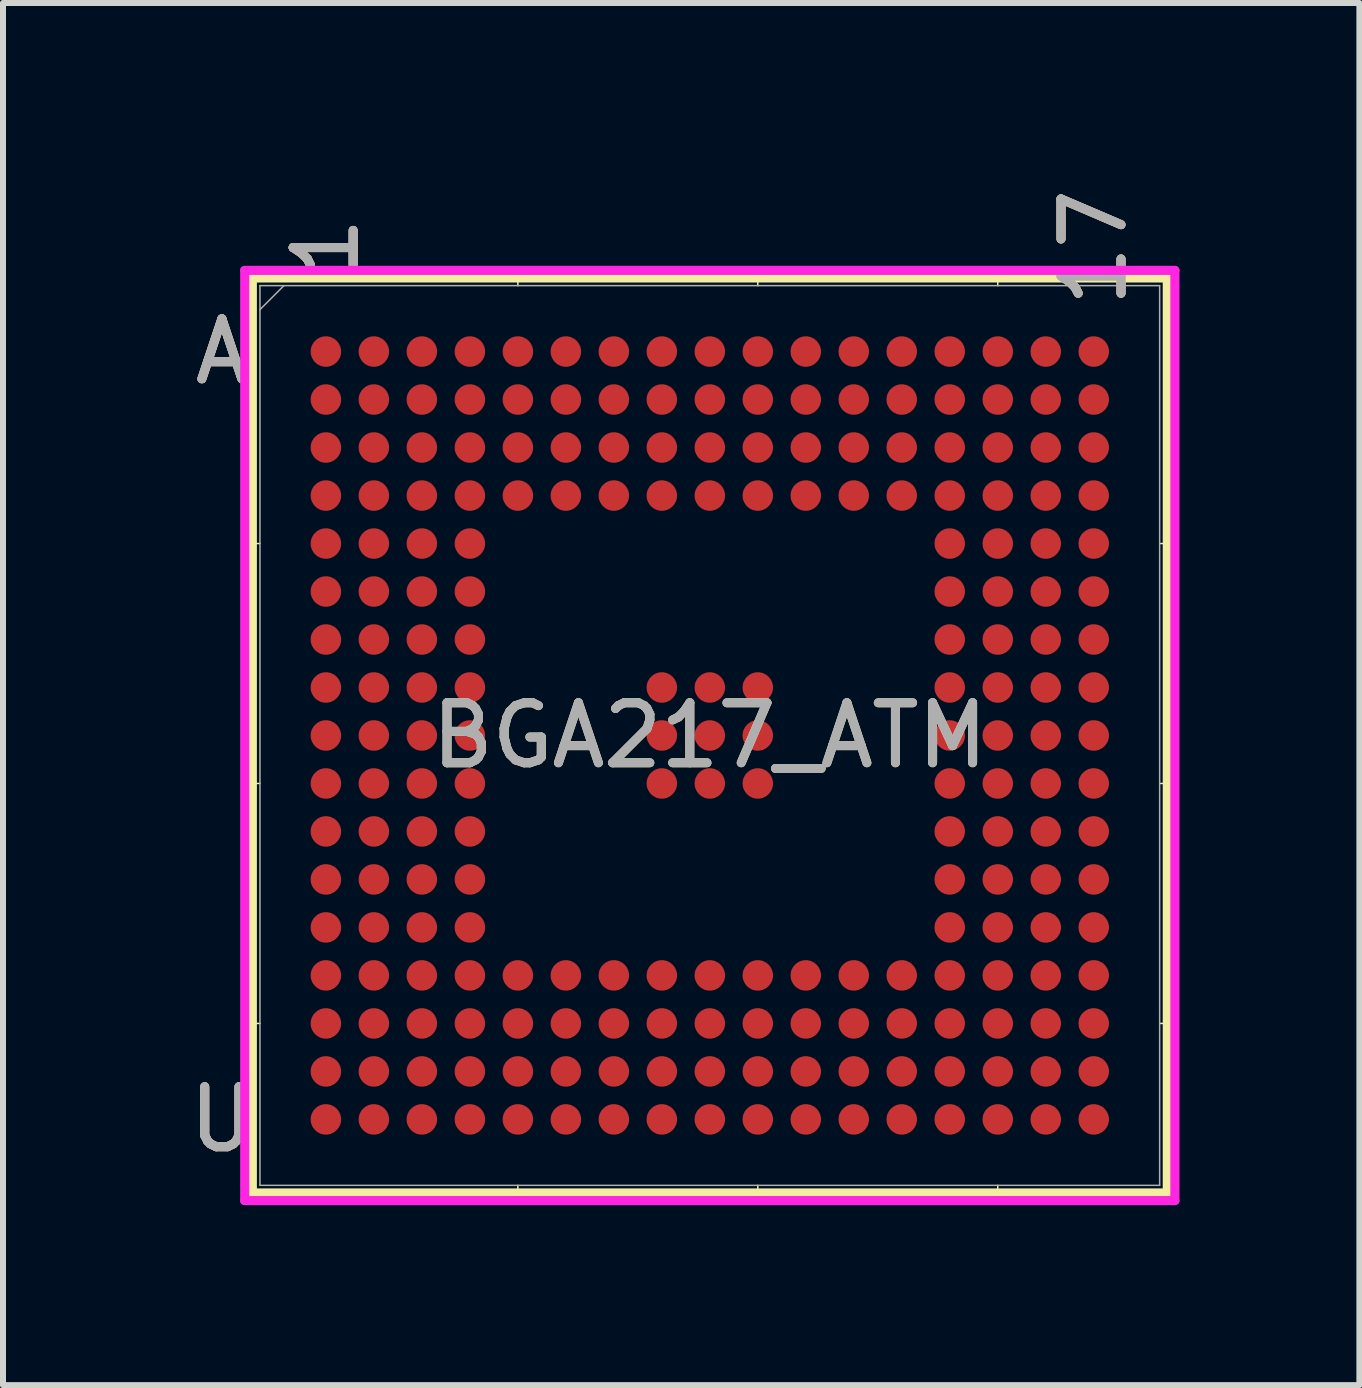
<source format=kicad_pcb>
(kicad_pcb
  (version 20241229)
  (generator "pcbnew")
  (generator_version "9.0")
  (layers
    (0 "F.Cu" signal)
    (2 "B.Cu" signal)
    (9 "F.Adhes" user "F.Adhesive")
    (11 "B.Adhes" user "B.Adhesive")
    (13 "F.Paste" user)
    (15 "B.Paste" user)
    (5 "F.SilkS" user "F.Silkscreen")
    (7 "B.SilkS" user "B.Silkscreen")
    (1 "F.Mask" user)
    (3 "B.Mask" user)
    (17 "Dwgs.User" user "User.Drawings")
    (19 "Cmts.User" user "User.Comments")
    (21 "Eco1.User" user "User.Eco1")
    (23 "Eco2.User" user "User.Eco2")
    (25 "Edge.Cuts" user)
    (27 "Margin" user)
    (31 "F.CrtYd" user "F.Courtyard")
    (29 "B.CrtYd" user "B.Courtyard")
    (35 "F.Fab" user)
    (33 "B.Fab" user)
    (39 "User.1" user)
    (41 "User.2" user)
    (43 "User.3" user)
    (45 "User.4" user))
  (footprint "BGA217_ATM"
    (layer "F.Cu")
    (at 8.784 9.212)
    (property "Reference" "BGA217_ATM" (at 0 0 0) (unlocked yes) (layer "F.SilkS") (effects (font (size 1 1) (thickness 0.15))))
    (attr smd)
    (fp_line (start -7.627 -7.627) (end -7.627 7.627) (stroke (width 0.152) (type solid)) (layer "F.SilkS"))
    (fp_line (start -7.627 7.627) (end 7.627 7.627) (stroke (width 0.152) (type solid)) (layer "F.SilkS"))
    (fp_line (start -7.5 -3.2) (end -7.754 -3.2) (stroke (width 0.025) (type solid)) (layer "F.SilkS"))
    (fp_line (start -7.5 0.8) (end -7.754 0.8) (stroke (width 0.025) (type solid)) (layer "F.SilkS"))
    (fp_line (start -7.5 4.801) (end -7.754 4.801) (stroke (width 0.025) (type solid)) (layer "F.SilkS"))
    (fp_line (start -3.2 -7.5) (end -3.2 -7.754) (stroke (width 0.025) (type solid)) (layer "F.SilkS"))
    (fp_line (start -3.2 7.5) (end -3.2 7.754) (stroke (width 0.025) (type solid)) (layer "F.SilkS"))
    (fp_line (start 0.8 -7.5) (end 0.8 -7.754) (stroke (width 0.025) (type solid)) (layer "F.SilkS"))
    (fp_line (start 0.8 7.5) (end 0.8 7.754) (stroke (width 0.025) (type solid)) (layer "F.SilkS"))
    (fp_line (start 4.801 -7.5) (end 4.801 -7.754) (stroke (width 0.025) (type solid)) (layer "F.SilkS"))
    (fp_line (start 4.801 7.5) (end 4.801 7.754) (stroke (width 0.025) (type solid)) (layer "F.SilkS"))
    (fp_line (start 7.5 -3.2) (end 7.754 -3.2) (stroke (width 0.025) (type solid)) (layer "F.SilkS"))
    (fp_line (start 7.5 0.8) (end 7.754 0.8) (stroke (width 0.025) (type solid)) (layer "F.SilkS"))
    (fp_line (start 7.5 4.801) (end 7.754 4.801) (stroke (width 0.025) (type solid)) (layer "F.SilkS"))
    (fp_line (start 7.627 -7.627) (end -7.627 -7.627) (stroke (width 0.152) (type solid)) (layer "F.SilkS"))
    (fp_line (start 7.627 7.627) (end 7.627 -7.627) (stroke (width 0.152) (type solid)) (layer "F.SilkS"))
    (fp_poly (pts (xy -7.245 -7.245) (xy 7.245 -7.245) (xy 7.245 7.245) (xy -7.245 7.245)) (stroke (width 0.1) (type solid)) (fill no) (layer "Eco2.User"))
    (fp_line (start -7.754 -7.754) (end 7.754 -7.754) (stroke (width 0.152) (type solid)) (layer "F.CrtYd"))
    (fp_line (start -7.754 7.754) (end -7.754 -7.754) (stroke (width 0.152) (type solid)) (layer "F.CrtYd"))
    (fp_line (start 7.754 -7.754) (end 7.754 7.754) (stroke (width 0.152) (type solid)) (layer "F.CrtYd"))
    (fp_line (start 7.754 7.754) (end -7.754 7.754) (stroke (width 0.152) (type solid)) (layer "F.CrtYd"))
    (fp_line (start -7.5 -7.5) (end -7.5 7.5) (stroke (width 0.025) (type solid)) (layer "F.Fab"))
    (fp_line (start -7.5 7.5) (end 7.5 7.5) (stroke (width 0.025) (type solid)) (layer "F.Fab"))
    (fp_line (start -7.1 -7.5) (end -7.5 -7.1) (stroke (width 0.025) (type solid)) (layer "F.Fab"))
    (fp_line (start 7.5 -7.5) (end -7.5 -7.5) (stroke (width 0.025) (type solid)) (layer "F.Fab"))
    (fp_line (start 7.5 7.5) (end 7.5 -7.5) (stroke (width 0.025) (type solid)) (layer "F.Fab"))
    (fp_text user "U" (at -8.135 6.401 0) (unlocked yes) (layer "F.SilkS") (effects (font (size 1 1) (thickness 0.15))))
    (fp_text user "A" (at -8.135 -6.401 0) (unlocked yes) (layer "F.SilkS") (effects (font (size 1 1) (thickness 0.15))))
    (fp_text user "1" (at -6.401 -8.135 90) (unlocked yes) (layer "F.SilkS") (effects (font (size 1 1) (thickness 0.15))))
    (fp_text user "17" (at 6.401 -8.135 90) (unlocked yes) (layer "F.SilkS") (effects (font (size 1 1) (thickness 0.15))))
    (fp_text user "1" (at -6.401 -8.135 90) (unlocked yes) (layer "B.SilkS") (effects (font (size 1 1) (thickness 0.15))))
    (fp_text user "U" (at -8.135 6.401 0) (unlocked yes) (layer "B.SilkS") (effects (font (size 1 1) (thickness 0.15))))
    (fp_text user "17" (at 6.401 -8.135 90) (unlocked yes) (layer "B.SilkS") (effects (font (size 1 1) (thickness 0.15))))
    (fp_text user "A" (at -8.135 -6.401 0) (unlocked yes) (layer "B.SilkS") (effects (font (size 1 1) (thickness 0.15))))
    (fp_text user "${REFERENCE}" (at 0 0 0) (unlocked yes) (layer "F.Fab") (effects (font (size 1 1) (thickness 0.15))))
    (fp_text user "U" (at -8.135 6.401 0) (unlocked yes) (layer "F.Fab") (effects (font (size 1 1) (thickness 0.15))))
    (fp_text user "1" (at -6.401 -8.135 90) (unlocked yes) (layer "F.Fab") (effects (font (size 1 1) (thickness 0.15))))
    (fp_text user "A" (at -8.135 -6.401 0) (unlocked yes) (layer "F.Fab") (effects (font (size 1 1) (thickness 0.15))))
    (fp_text user "17" (at 6.401 -8.135 90) (unlocked yes) (layer "F.Fab") (effects (font (size 1 1) (thickness 0.15))))
    (pad "A1" smd circle (at -6.401 -6.401) (size 0.508 0.508) (layers "F.Cu" "F.Mask" "F.Paste"))
    (pad "A2" smd circle (at -5.601 -6.401) (size 0.508 0.508) (layers "F.Cu" "F.Mask" "F.Paste"))
    (pad "A3" smd circle (at -4.801 -6.401) (size 0.508 0.508) (layers "F.Cu" "F.Mask" "F.Paste"))
    (pad "A4" smd circle (at -4 -6.401) (size 0.508 0.508) (layers "F.Cu" "F.Mask" "F.Paste"))
    (pad "A5" smd circle (at -3.2 -6.401) (size 0.508 0.508) (layers "F.Cu" "F.Mask" "F.Paste"))
    (pad "A6" smd circle (at -2.4 -6.401) (size 0.508 0.508) (layers "F.Cu" "F.Mask" "F.Paste"))
    (pad "A7" smd circle (at -1.6 -6.401) (size 0.508 0.508) (layers "F.Cu" "F.Mask" "F.Paste"))
    (pad "A8" smd circle (at -0.8 -6.401) (size 0.508 0.508) (layers "F.Cu" "F.Mask" "F.Paste"))
    (pad "A9" smd circle (at 0 -6.401) (size 0.508 0.508) (layers "F.Cu" "F.Mask" "F.Paste"))
    (pad "A10" smd circle (at 0.8 -6.401) (size 0.508 0.508) (layers "F.Cu" "F.Mask" "F.Paste"))
    (pad "A11" smd circle (at 1.6 -6.401) (size 0.508 0.508) (layers "F.Cu" "F.Mask" "F.Paste"))
    (pad "A12" smd circle (at 2.4 -6.401) (size 0.508 0.508) (layers "F.Cu" "F.Mask" "F.Paste"))
    (pad "A13" smd circle (at 3.2 -6.401) (size 0.508 0.508) (layers "F.Cu" "F.Mask" "F.Paste"))
    (pad "A14" smd circle (at 4 -6.401) (size 0.508 0.508) (layers "F.Cu" "F.Mask" "F.Paste"))
    (pad "A15" smd circle (at 4.801 -6.401) (size 0.508 0.508) (layers "F.Cu" "F.Mask" "F.Paste"))
    (pad "A16" smd circle (at 5.601 -6.401) (size 0.508 0.508) (layers "F.Cu" "F.Mask" "F.Paste"))
    (pad "A17" smd circle (at 6.401 -6.401) (size 0.508 0.508) (layers "F.Cu" "F.Mask" "F.Paste"))
    (pad "B1" smd circle (at -6.401 -5.601) (size 0.508 0.508) (layers "F.Cu" "F.Mask" "F.Paste"))
    (pad "B2" smd circle (at -5.601 -5.601) (size 0.508 0.508) (layers "F.Cu" "F.Mask" "F.Paste"))
    (pad "B3" smd circle (at -4.801 -5.601) (size 0.508 0.508) (layers "F.Cu" "F.Mask" "F.Paste"))
    (pad "B4" smd circle (at -4 -5.601) (size 0.508 0.508) (layers "F.Cu" "F.Mask" "F.Paste"))
    (pad "B5" smd circle (at -3.2 -5.601) (size 0.508 0.508) (layers "F.Cu" "F.Mask" "F.Paste"))
    (pad "B6" smd circle (at -2.4 -5.601) (size 0.508 0.508) (layers "F.Cu" "F.Mask" "F.Paste"))
    (pad "B7" smd circle (at -1.6 -5.601) (size 0.508 0.508) (layers "F.Cu" "F.Mask" "F.Paste"))
    (pad "B8" smd circle (at -0.8 -5.601) (size 0.508 0.508) (layers "F.Cu" "F.Mask" "F.Paste"))
    (pad "B9" smd circle (at 0 -5.601) (size 0.508 0.508) (layers "F.Cu" "F.Mask" "F.Paste"))
    (pad "B10" smd circle (at 0.8 -5.601) (size 0.508 0.508) (layers "F.Cu" "F.Mask" "F.Paste"))
    (pad "B11" smd circle (at 1.6 -5.601) (size 0.508 0.508) (layers "F.Cu" "F.Mask" "F.Paste"))
    (pad "B12" smd circle (at 2.4 -5.601) (size 0.508 0.508) (layers "F.Cu" "F.Mask" "F.Paste"))
    (pad "B13" smd circle (at 3.2 -5.601) (size 0.508 0.508) (layers "F.Cu" "F.Mask" "F.Paste"))
    (pad "B14" smd circle (at 4 -5.601) (size 0.508 0.508) (layers "F.Cu" "F.Mask" "F.Paste"))
    (pad "B15" smd circle (at 4.801 -5.601) (size 0.508 0.508) (layers "F.Cu" "F.Mask" "F.Paste"))
    (pad "B16" smd circle (at 5.601 -5.601) (size 0.508 0.508) (layers "F.Cu" "F.Mask" "F.Paste"))
    (pad "B17" smd circle (at 6.401 -5.601) (size 0.508 0.508) (layers "F.Cu" "F.Mask" "F.Paste"))
    (pad "C1" smd circle (at -6.401 -4.801) (size 0.508 0.508) (layers "F.Cu" "F.Mask" "F.Paste"))
    (pad "C2" smd circle (at -5.601 -4.801) (size 0.508 0.508) (layers "F.Cu" "F.Mask" "F.Paste"))
    (pad "C3" smd circle (at -4.801 -4.801) (size 0.508 0.508) (layers "F.Cu" "F.Mask" "F.Paste"))
    (pad "C4" smd circle (at -4 -4.801) (size 0.508 0.508) (layers "F.Cu" "F.Mask" "F.Paste"))
    (pad "C5" smd circle (at -3.2 -4.801) (size 0.508 0.508) (layers "F.Cu" "F.Mask" "F.Paste"))
    (pad "C6" smd circle (at -2.4 -4.801) (size 0.508 0.508) (layers "F.Cu" "F.Mask" "F.Paste"))
    (pad "C7" smd circle (at -1.6 -4.801) (size 0.508 0.508) (layers "F.Cu" "F.Mask" "F.Paste"))
    (pad "C8" smd circle (at -0.8 -4.801) (size 0.508 0.508) (layers "F.Cu" "F.Mask" "F.Paste"))
    (pad "C9" smd circle (at 0 -4.801) (size 0.508 0.508) (layers "F.Cu" "F.Mask" "F.Paste"))
    (pad "C10" smd circle (at 0.8 -4.801) (size 0.508 0.508) (layers "F.Cu" "F.Mask" "F.Paste"))
    (pad "C11" smd circle (at 1.6 -4.801) (size 0.508 0.508) (layers "F.Cu" "F.Mask" "F.Paste"))
    (pad "C12" smd circle (at 2.4 -4.801) (size 0.508 0.508) (layers "F.Cu" "F.Mask" "F.Paste"))
    (pad "C13" smd circle (at 3.2 -4.801) (size 0.508 0.508) (layers "F.Cu" "F.Mask" "F.Paste"))
    (pad "C14" smd circle (at 4 -4.801) (size 0.508 0.508) (layers "F.Cu" "F.Mask" "F.Paste"))
    (pad "C15" smd circle (at 4.801 -4.801) (size 0.508 0.508) (layers "F.Cu" "F.Mask" "F.Paste"))
    (pad "C16" smd circle (at 5.601 -4.801) (size 0.508 0.508) (layers "F.Cu" "F.Mask" "F.Paste"))
    (pad "C17" smd circle (at 6.401 -4.801) (size 0.508 0.508) (layers "F.Cu" "F.Mask" "F.Paste"))
    (pad "D1" smd circle (at -6.401 -4) (size 0.508 0.508) (layers "F.Cu" "F.Mask" "F.Paste"))
    (pad "D2" smd circle (at -5.601 -4) (size 0.508 0.508) (layers "F.Cu" "F.Mask" "F.Paste"))
    (pad "D3" smd circle (at -4.801 -4) (size 0.508 0.508) (layers "F.Cu" "F.Mask" "F.Paste"))
    (pad "D4" smd circle (at -4 -4) (size 0.508 0.508) (layers "F.Cu" "F.Mask" "F.Paste"))
    (pad "D5" smd circle (at -3.2 -4) (size 0.508 0.508) (layers "F.Cu" "F.Mask" "F.Paste"))
    (pad "D6" smd circle (at -2.4 -4) (size 0.508 0.508) (layers "F.Cu" "F.Mask" "F.Paste"))
    (pad "D7" smd circle (at -1.6 -4) (size 0.508 0.508) (layers "F.Cu" "F.Mask" "F.Paste"))
    (pad "D8" smd circle (at -0.8 -4) (size 0.508 0.508) (layers "F.Cu" "F.Mask" "F.Paste"))
    (pad "D9" smd circle (at 0 -4) (size 0.508 0.508) (layers "F.Cu" "F.Mask" "F.Paste"))
    (pad "D10" smd circle (at 0.8 -4) (size 0.508 0.508) (layers "F.Cu" "F.Mask" "F.Paste"))
    (pad "D11" smd circle (at 1.6 -4) (size 0.508 0.508) (layers "F.Cu" "F.Mask" "F.Paste"))
    (pad "D12" smd circle (at 2.4 -4) (size 0.508 0.508) (layers "F.Cu" "F.Mask" "F.Paste"))
    (pad "D13" smd circle (at 3.2 -4) (size 0.508 0.508) (layers "F.Cu" "F.Mask" "F.Paste"))
    (pad "D14" smd circle (at 4 -4) (size 0.508 0.508) (layers "F.Cu" "F.Mask" "F.Paste"))
    (pad "D15" smd circle (at 4.801 -4) (size 0.508 0.508) (layers "F.Cu" "F.Mask" "F.Paste"))
    (pad "D16" smd circle (at 5.601 -4) (size 0.508 0.508) (layers "F.Cu" "F.Mask" "F.Paste"))
    (pad "D17" smd circle (at 6.401 -4) (size 0.508 0.508) (layers "F.Cu" "F.Mask" "F.Paste"))
    (pad "E1" smd circle (at -6.401 -3.2) (size 0.508 0.508) (layers "F.Cu" "F.Mask" "F.Paste"))
    (pad "E2" smd circle (at -5.601 -3.2) (size 0.508 0.508) (layers "F.Cu" "F.Mask" "F.Paste"))
    (pad "E3" smd circle (at -4.801 -3.2) (size 0.508 0.508) (layers "F.Cu" "F.Mask" "F.Paste"))
    (pad "E4" smd circle (at -4 -3.2) (size 0.508 0.508) (layers "F.Cu" "F.Mask" "F.Paste"))
    (pad "E14" smd circle (at 4 -3.2) (size 0.508 0.508) (layers "F.Cu" "F.Mask" "F.Paste"))
    (pad "E15" smd circle (at 4.801 -3.2) (size 0.508 0.508) (layers "F.Cu" "F.Mask" "F.Paste"))
    (pad "E16" smd circle (at 5.601 -3.2) (size 0.508 0.508) (layers "F.Cu" "F.Mask" "F.Paste"))
    (pad "E17" smd circle (at 6.401 -3.2) (size 0.508 0.508) (layers "F.Cu" "F.Mask" "F.Paste"))
    (pad "F1" smd circle (at -6.401 -2.4) (size 0.508 0.508) (layers "F.Cu" "F.Mask" "F.Paste"))
    (pad "F2" smd circle (at -5.601 -2.4) (size 0.508 0.508) (layers "F.Cu" "F.Mask" "F.Paste"))
    (pad "F3" smd circle (at -4.801 -2.4) (size 0.508 0.508) (layers "F.Cu" "F.Mask" "F.Paste"))
    (pad "F4" smd circle (at -4 -2.4) (size 0.508 0.508) (layers "F.Cu" "F.Mask" "F.Paste"))
    (pad "F14" smd circle (at 4 -2.4) (size 0.508 0.508) (layers "F.Cu" "F.Mask" "F.Paste"))
    (pad "F15" smd circle (at 4.801 -2.4) (size 0.508 0.508) (layers "F.Cu" "F.Mask" "F.Paste"))
    (pad "F16" smd circle (at 5.601 -2.4) (size 0.508 0.508) (layers "F.Cu" "F.Mask" "F.Paste"))
    (pad "F17" smd circle (at 6.401 -2.4) (size 0.508 0.508) (layers "F.Cu" "F.Mask" "F.Paste"))
    (pad "G1" smd circle (at -6.401 -1.6) (size 0.508 0.508) (layers "F.Cu" "F.Mask" "F.Paste"))
    (pad "G2" smd circle (at -5.601 -1.6) (size 0.508 0.508) (layers "F.Cu" "F.Mask" "F.Paste"))
    (pad "G3" smd circle (at -4.801 -1.6) (size 0.508 0.508) (layers "F.Cu" "F.Mask" "F.Paste"))
    (pad "G4" smd circle (at -4 -1.6) (size 0.508 0.508) (layers "F.Cu" "F.Mask" "F.Paste"))
    (pad "G14" smd circle (at 4 -1.6) (size 0.508 0.508) (layers "F.Cu" "F.Mask" "F.Paste"))
    (pad "G15" smd circle (at 4.801 -1.6) (size 0.508 0.508) (layers "F.Cu" "F.Mask" "F.Paste"))
    (pad "G16" smd circle (at 5.601 -1.6) (size 0.508 0.508) (layers "F.Cu" "F.Mask" "F.Paste"))
    (pad "G17" smd circle (at 6.401 -1.6) (size 0.508 0.508) (layers "F.Cu" "F.Mask" "F.Paste"))
    (pad "H1" smd circle (at -6.401 -0.8) (size 0.508 0.508) (layers "F.Cu" "F.Mask" "F.Paste"))
    (pad "H2" smd circle (at -5.601 -0.8) (size 0.508 0.508) (layers "F.Cu" "F.Mask" "F.Paste"))
    (pad "H3" smd circle (at -4.801 -0.8) (size 0.508 0.508) (layers "F.Cu" "F.Mask" "F.Paste"))
    (pad "H4" smd circle (at -4 -0.8) (size 0.508 0.508) (layers "F.Cu" "F.Mask" "F.Paste"))
    (pad "H8" smd circle (at -0.8 -0.8) (size 0.508 0.508) (layers "F.Cu" "F.Mask" "F.Paste"))
    (pad "H9" smd circle (at 0 -0.8) (size 0.508 0.508) (layers "F.Cu" "F.Mask" "F.Paste"))
    (pad "H10" smd circle (at 0.8 -0.8) (size 0.508 0.508) (layers "F.Cu" "F.Mask" "F.Paste"))
    (pad "H14" smd circle (at 4 -0.8) (size 0.508 0.508) (layers "F.Cu" "F.Mask" "F.Paste"))
    (pad "H15" smd circle (at 4.801 -0.8) (size 0.508 0.508) (layers "F.Cu" "F.Mask" "F.Paste"))
    (pad "H16" smd circle (at 5.601 -0.8) (size 0.508 0.508) (layers "F.Cu" "F.Mask" "F.Paste"))
    (pad "H17" smd circle (at 6.401 -0.8) (size 0.508 0.508) (layers "F.Cu" "F.Mask" "F.Paste"))
    (pad "J1" smd circle (at -6.401 0) (size 0.508 0.508) (layers "F.Cu" "F.Mask" "F.Paste"))
    (pad "J2" smd circle (at -5.601 0) (size 0.508 0.508) (layers "F.Cu" "F.Mask" "F.Paste"))
    (pad "J3" smd circle (at -4.801 0) (size 0.508 0.508) (layers "F.Cu" "F.Mask" "F.Paste"))
    (pad "J4" smd circle (at -4 0) (size 0.508 0.508) (layers "F.Cu" "F.Mask" "F.Paste"))
    (pad "J8" smd circle (at -0.8 0) (size 0.508 0.508) (layers "F.Cu" "F.Mask" "F.Paste"))
    (pad "J9" smd circle (at 0 0) (size 0.508 0.508) (layers "F.Cu" "F.Mask" "F.Paste"))
    (pad "J10" smd circle (at 0.8 0) (size 0.508 0.508) (layers "F.Cu" "F.Mask" "F.Paste"))
    (pad "J14" smd circle (at 4 0) (size 0.508 0.508) (layers "F.Cu" "F.Mask" "F.Paste"))
    (pad "J15" smd circle (at 4.801 0) (size 0.508 0.508) (layers "F.Cu" "F.Mask" "F.Paste"))
    (pad "J16" smd circle (at 5.601 0) (size 0.508 0.508) (layers "F.Cu" "F.Mask" "F.Paste"))
    (pad "J17" smd circle (at 6.401 0) (size 0.508 0.508) (layers "F.Cu" "F.Mask" "F.Paste"))
    (pad "K1" smd circle (at -6.401 0.8) (size 0.508 0.508) (layers "F.Cu" "F.Mask" "F.Paste"))
    (pad "K2" smd circle (at -5.601 0.8) (size 0.508 0.508) (layers "F.Cu" "F.Mask" "F.Paste"))
    (pad "K3" smd circle (at -4.801 0.8) (size 0.508 0.508) (layers "F.Cu" "F.Mask" "F.Paste"))
    (pad "K4" smd circle (at -4 0.8) (size 0.508 0.508) (layers "F.Cu" "F.Mask" "F.Paste"))
    (pad "K8" smd circle (at -0.8 0.8) (size 0.508 0.508) (layers "F.Cu" "F.Mask" "F.Paste"))
    (pad "K9" smd circle (at 0 0.8) (size 0.508 0.508) (layers "F.Cu" "F.Mask" "F.Paste"))
    (pad "K10" smd circle (at 0.8 0.8) (size 0.508 0.508) (layers "F.Cu" "F.Mask" "F.Paste"))
    (pad "K14" smd circle (at 4 0.8) (size 0.508 0.508) (layers "F.Cu" "F.Mask" "F.Paste"))
    (pad "K15" smd circle (at 4.801 0.8) (size 0.508 0.508) (layers "F.Cu" "F.Mask" "F.Paste"))
    (pad "K16" smd circle (at 5.601 0.8) (size 0.508 0.508) (layers "F.Cu" "F.Mask" "F.Paste"))
    (pad "K17" smd circle (at 6.401 0.8) (size 0.508 0.508) (layers "F.Cu" "F.Mask" "F.Paste"))
    (pad "L1" smd circle (at -6.401 1.6) (size 0.508 0.508) (layers "F.Cu" "F.Mask" "F.Paste"))
    (pad "L2" smd circle (at -5.601 1.6) (size 0.508 0.508) (layers "F.Cu" "F.Mask" "F.Paste"))
    (pad "L3" smd circle (at -4.801 1.6) (size 0.508 0.508) (layers "F.Cu" "F.Mask" "F.Paste"))
    (pad "L4" smd circle (at -4 1.6) (size 0.508 0.508) (layers "F.Cu" "F.Mask" "F.Paste"))
    (pad "L14" smd circle (at 4 1.6) (size 0.508 0.508) (layers "F.Cu" "F.Mask" "F.Paste"))
    (pad "L15" smd circle (at 4.801 1.6) (size 0.508 0.508) (layers "F.Cu" "F.Mask" "F.Paste"))
    (pad "L16" smd circle (at 5.601 1.6) (size 0.508 0.508) (layers "F.Cu" "F.Mask" "F.Paste"))
    (pad "L17" smd circle (at 6.401 1.6) (size 0.508 0.508) (layers "F.Cu" "F.Mask" "F.Paste"))
    (pad "M1" smd circle (at -6.401 2.4) (size 0.508 0.508) (layers "F.Cu" "F.Mask" "F.Paste"))
    (pad "M2" smd circle (at -5.601 2.4) (size 0.508 0.508) (layers "F.Cu" "F.Mask" "F.Paste"))
    (pad "M3" smd circle (at -4.801 2.4) (size 0.508 0.508) (layers "F.Cu" "F.Mask" "F.Paste"))
    (pad "M4" smd circle (at -4 2.4) (size 0.508 0.508) (layers "F.Cu" "F.Mask" "F.Paste"))
    (pad "M14" smd circle (at 4 2.4) (size 0.508 0.508) (layers "F.Cu" "F.Mask" "F.Paste"))
    (pad "M15" smd circle (at 4.801 2.4) (size 0.508 0.508) (layers "F.Cu" "F.Mask" "F.Paste"))
    (pad "M16" smd circle (at 5.601 2.4) (size 0.508 0.508) (layers "F.Cu" "F.Mask" "F.Paste"))
    (pad "M17" smd circle (at 6.401 2.4) (size 0.508 0.508) (layers "F.Cu" "F.Mask" "F.Paste"))
    (pad "N1" smd circle (at -6.401 3.2) (size 0.508 0.508) (layers "F.Cu" "F.Mask" "F.Paste"))
    (pad "N2" smd circle (at -5.601 3.2) (size 0.508 0.508) (layers "F.Cu" "F.Mask" "F.Paste"))
    (pad "N3" smd circle (at -4.801 3.2) (size 0.508 0.508) (layers "F.Cu" "F.Mask" "F.Paste"))
    (pad "N4" smd circle (at -4 3.2) (size 0.508 0.508) (layers "F.Cu" "F.Mask" "F.Paste"))
    (pad "N14" smd circle (at 4 3.2) (size 0.508 0.508) (layers "F.Cu" "F.Mask" "F.Paste"))
    (pad "N15" smd circle (at 4.801 3.2) (size 0.508 0.508) (layers "F.Cu" "F.Mask" "F.Paste"))
    (pad "N16" smd circle (at 5.601 3.2) (size 0.508 0.508) (layers "F.Cu" "F.Mask" "F.Paste"))
    (pad "N17" smd circle (at 6.401 3.2) (size 0.508 0.508) (layers "F.Cu" "F.Mask" "F.Paste"))
    (pad "P1" smd circle (at -6.401 4) (size 0.508 0.508) (layers "F.Cu" "F.Mask" "F.Paste"))
    (pad "P2" smd circle (at -5.601 4) (size 0.508 0.508) (layers "F.Cu" "F.Mask" "F.Paste"))
    (pad "P3" smd circle (at -4.801 4) (size 0.508 0.508) (layers "F.Cu" "F.Mask" "F.Paste"))
    (pad "P4" smd circle (at -4 4) (size 0.508 0.508) (layers "F.Cu" "F.Mask" "F.Paste"))
    (pad "P5" smd circle (at -3.2 4) (size 0.508 0.508) (layers "F.Cu" "F.Mask" "F.Paste"))
    (pad "P6" smd circle (at -2.4 4) (size 0.508 0.508) (layers "F.Cu" "F.Mask" "F.Paste"))
    (pad "P7" smd circle (at -1.6 4) (size 0.508 0.508) (layers "F.Cu" "F.Mask" "F.Paste"))
    (pad "P8" smd circle (at -0.8 4) (size 0.508 0.508) (layers "F.Cu" "F.Mask" "F.Paste"))
    (pad "P9" smd circle (at 0 4) (size 0.508 0.508) (layers "F.Cu" "F.Mask" "F.Paste"))
    (pad "P10" smd circle (at 0.8 4) (size 0.508 0.508) (layers "F.Cu" "F.Mask" "F.Paste"))
    (pad "P11" smd circle (at 1.6 4) (size 0.508 0.508) (layers "F.Cu" "F.Mask" "F.Paste"))
    (pad "P12" smd circle (at 2.4 4) (size 0.508 0.508) (layers "F.Cu" "F.Mask" "F.Paste"))
    (pad "P13" smd circle (at 3.2 4) (size 0.508 0.508) (layers "F.Cu" "F.Mask" "F.Paste"))
    (pad "P14" smd circle (at 4 4) (size 0.508 0.508) (layers "F.Cu" "F.Mask" "F.Paste"))
    (pad "P15" smd circle (at 4.801 4) (size 0.508 0.508) (layers "F.Cu" "F.Mask" "F.Paste"))
    (pad "P16" smd circle (at 5.601 4) (size 0.508 0.508) (layers "F.Cu" "F.Mask" "F.Paste"))
    (pad "P17" smd circle (at 6.401 4) (size 0.508 0.508) (layers "F.Cu" "F.Mask" "F.Paste"))
    (pad "R1" smd circle (at -6.401 4.801) (size 0.508 0.508) (layers "F.Cu" "F.Mask" "F.Paste"))
    (pad "R2" smd circle (at -5.601 4.801) (size 0.508 0.508) (layers "F.Cu" "F.Mask" "F.Paste"))
    (pad "R3" smd circle (at -4.801 4.801) (size 0.508 0.508) (layers "F.Cu" "F.Mask" "F.Paste"))
    (pad "R4" smd circle (at -4 4.801) (size 0.508 0.508) (layers "F.Cu" "F.Mask" "F.Paste"))
    (pad "R5" smd circle (at -3.2 4.801) (size 0.508 0.508) (layers "F.Cu" "F.Mask" "F.Paste"))
    (pad "R6" smd circle (at -2.4 4.801) (size 0.508 0.508) (layers "F.Cu" "F.Mask" "F.Paste"))
    (pad "R7" smd circle (at -1.6 4.801) (size 0.508 0.508) (layers "F.Cu" "F.Mask" "F.Paste"))
    (pad "R8" smd circle (at -0.8 4.801) (size 0.508 0.508) (layers "F.Cu" "F.Mask" "F.Paste"))
    (pad "R9" smd circle (at 0 4.801) (size 0.508 0.508) (layers "F.Cu" "F.Mask" "F.Paste"))
    (pad "R10" smd circle (at 0.8 4.801) (size 0.508 0.508) (layers "F.Cu" "F.Mask" "F.Paste"))
    (pad "R11" smd circle (at 1.6 4.801) (size 0.508 0.508) (layers "F.Cu" "F.Mask" "F.Paste"))
    (pad "R12" smd circle (at 2.4 4.801) (size 0.508 0.508) (layers "F.Cu" "F.Mask" "F.Paste"))
    (pad "R13" smd circle (at 3.2 4.801) (size 0.508 0.508) (layers "F.Cu" "F.Mask" "F.Paste"))
    (pad "R14" smd circle (at 4 4.801) (size 0.508 0.508) (layers "F.Cu" "F.Mask" "F.Paste"))
    (pad "R15" smd circle (at 4.801 4.801) (size 0.508 0.508) (layers "F.Cu" "F.Mask" "F.Paste"))
    (pad "R16" smd circle (at 5.601 4.801) (size 0.508 0.508) (layers "F.Cu" "F.Mask" "F.Paste"))
    (pad "R17" smd circle (at 6.401 4.801) (size 0.508 0.508) (layers "F.Cu" "F.Mask" "F.Paste"))
    (pad "T1" smd circle (at -6.401 5.601) (size 0.508 0.508) (layers "F.Cu" "F.Mask" "F.Paste"))
    (pad "T2" smd circle (at -5.601 5.601) (size 0.508 0.508) (layers "F.Cu" "F.Mask" "F.Paste"))
    (pad "T3" smd circle (at -4.801 5.601) (size 0.508 0.508) (layers "F.Cu" "F.Mask" "F.Paste"))
    (pad "T4" smd circle (at -4 5.601) (size 0.508 0.508) (layers "F.Cu" "F.Mask" "F.Paste"))
    (pad "T5" smd circle (at -3.2 5.601) (size 0.508 0.508) (layers "F.Cu" "F.Mask" "F.Paste"))
    (pad "T6" smd circle (at -2.4 5.601) (size 0.508 0.508) (layers "F.Cu" "F.Mask" "F.Paste"))
    (pad "T7" smd circle (at -1.6 5.601) (size 0.508 0.508) (layers "F.Cu" "F.Mask" "F.Paste"))
    (pad "T8" smd circle (at -0.8 5.601) (size 0.508 0.508) (layers "F.Cu" "F.Mask" "F.Paste"))
    (pad "T9" smd circle (at 0 5.601) (size 0.508 0.508) (layers "F.Cu" "F.Mask" "F.Paste"))
    (pad "T10" smd circle (at 0.8 5.601) (size 0.508 0.508) (layers "F.Cu" "F.Mask" "F.Paste"))
    (pad "T11" smd circle (at 1.6 5.601) (size 0.508 0.508) (layers "F.Cu" "F.Mask" "F.Paste"))
    (pad "T12" smd circle (at 2.4 5.601) (size 0.508 0.508) (layers "F.Cu" "F.Mask" "F.Paste"))
    (pad "T13" smd circle (at 3.2 5.601) (size 0.508 0.508) (layers "F.Cu" "F.Mask" "F.Paste"))
    (pad "T14" smd circle (at 4 5.601) (size 0.508 0.508) (layers "F.Cu" "F.Mask" "F.Paste"))
    (pad "T15" smd circle (at 4.801 5.601) (size 0.508 0.508) (layers "F.Cu" "F.Mask" "F.Paste"))
    (pad "T16" smd circle (at 5.601 5.601) (size 0.508 0.508) (layers "F.Cu" "F.Mask" "F.Paste"))
    (pad "T17" smd circle (at 6.401 5.601) (size 0.508 0.508) (layers "F.Cu" "F.Mask" "F.Paste"))
    (pad "U1" smd circle (at -6.401 6.401) (size 0.508 0.508) (layers "F.Cu" "F.Mask" "F.Paste"))
    (pad "U2" smd circle (at -5.601 6.401) (size 0.508 0.508) (layers "F.Cu" "F.Mask" "F.Paste"))
    (pad "U3" smd circle (at -4.801 6.401) (size 0.508 0.508) (layers "F.Cu" "F.Mask" "F.Paste"))
    (pad "U4" smd circle (at -4 6.401) (size 0.508 0.508) (layers "F.Cu" "F.Mask" "F.Paste"))
    (pad "U5" smd circle (at -3.2 6.401) (size 0.508 0.508) (layers "F.Cu" "F.Mask" "F.Paste"))
    (pad "U6" smd circle (at -2.4 6.401) (size 0.508 0.508) (layers "F.Cu" "F.Mask" "F.Paste"))
    (pad "U7" smd circle (at -1.6 6.401) (size 0.508 0.508) (layers "F.Cu" "F.Mask" "F.Paste"))
    (pad "U8" smd circle (at -0.8 6.401) (size 0.508 0.508) (layers "F.Cu" "F.Mask" "F.Paste"))
    (pad "U9" smd circle (at 0 6.401) (size 0.508 0.508) (layers "F.Cu" "F.Mask" "F.Paste"))
    (pad "U10" smd circle (at 0.8 6.401) (size 0.508 0.508) (layers "F.Cu" "F.Mask" "F.Paste"))
    (pad "U11" smd circle (at 1.6 6.401) (size 0.508 0.508) (layers "F.Cu" "F.Mask" "F.Paste"))
    (pad "U12" smd circle (at 2.4 6.401) (size 0.508 0.508) (layers "F.Cu" "F.Mask" "F.Paste"))
    (pad "U13" smd circle (at 3.2 6.401) (size 0.508 0.508) (layers "F.Cu" "F.Mask" "F.Paste"))
    (pad "U14" smd circle (at 4 6.401) (size 0.508 0.508) (layers "F.Cu" "F.Mask" "F.Paste"))
    (pad "U15" smd circle (at 4.801 6.401) (size 0.508 0.508) (layers "F.Cu" "F.Mask" "F.Paste"))
    (pad "U16" smd circle (at 5.601 6.401) (size 0.508 0.508) (layers "F.Cu" "F.Mask" "F.Paste"))
    (pad "U17" smd circle (at 6.401 6.401) (size 0.508 0.508) (layers "F.Cu" "F.Mask" "F.Paste")))
  (gr_rect
    (start -3 -3)
    (end 19.614 20.043)
    (stroke (width 0.1) (type default))
    (fill no)
    (layer "Edge.Cuts")))
</source>
